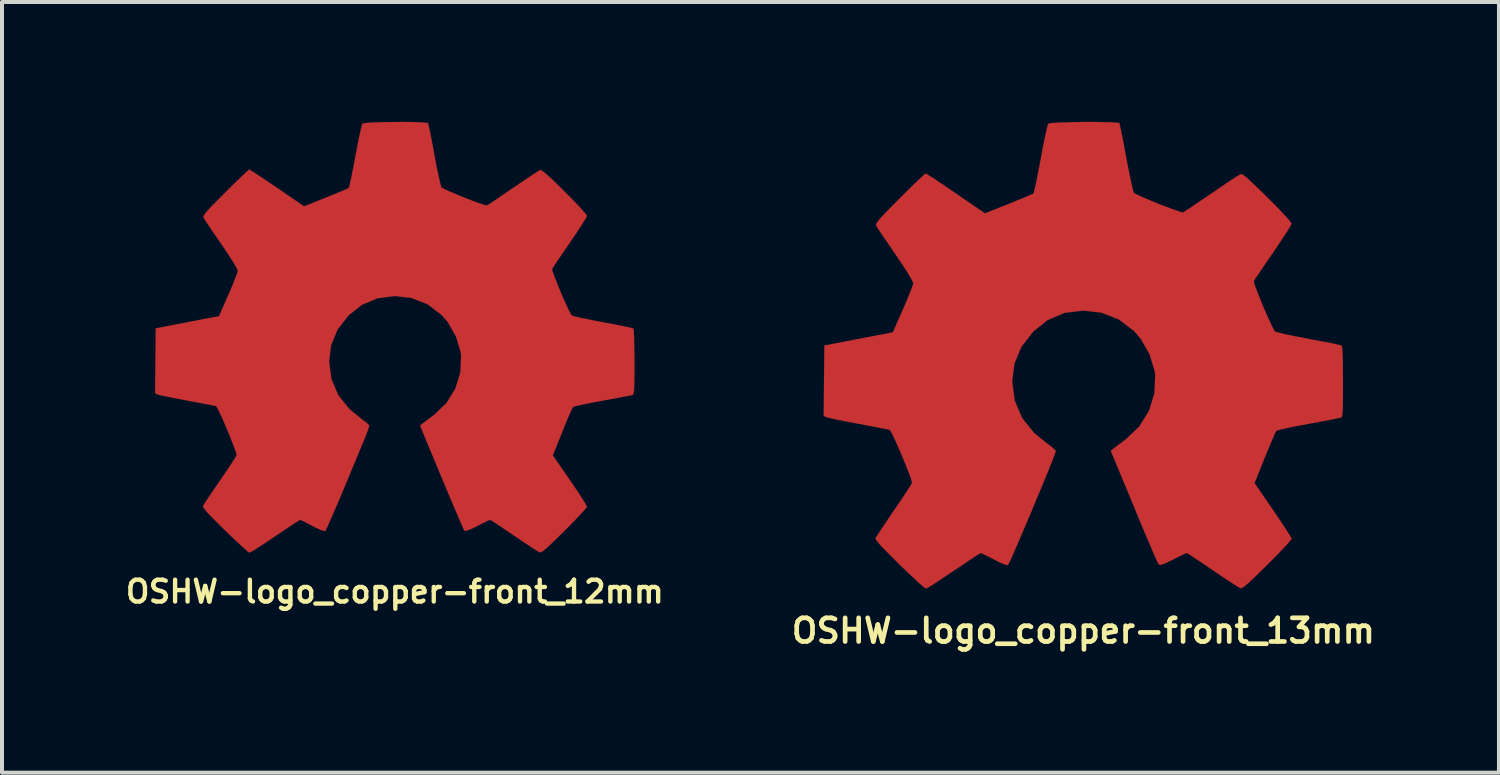
<source format=kicad_pcb>
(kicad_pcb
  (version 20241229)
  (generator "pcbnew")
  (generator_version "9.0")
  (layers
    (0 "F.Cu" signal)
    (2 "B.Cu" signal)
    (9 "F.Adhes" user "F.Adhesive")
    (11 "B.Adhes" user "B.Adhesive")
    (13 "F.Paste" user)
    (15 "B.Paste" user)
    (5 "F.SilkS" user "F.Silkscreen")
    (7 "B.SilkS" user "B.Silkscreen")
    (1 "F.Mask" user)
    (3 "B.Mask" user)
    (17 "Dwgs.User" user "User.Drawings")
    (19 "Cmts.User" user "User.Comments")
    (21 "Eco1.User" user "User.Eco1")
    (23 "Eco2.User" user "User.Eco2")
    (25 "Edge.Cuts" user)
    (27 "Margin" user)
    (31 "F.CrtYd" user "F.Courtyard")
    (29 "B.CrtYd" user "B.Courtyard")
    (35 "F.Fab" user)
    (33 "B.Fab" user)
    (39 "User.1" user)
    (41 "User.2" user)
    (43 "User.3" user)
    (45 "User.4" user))
  (footprint "OSHW-logo_copper-front_12mm"
    (layer "F.Cu")
    (at 6.831 5.394)
    (property "Reference" "OSHW-logo_copper-front_12mm" (at 0 6.363 0) (layer "F.SilkS") (effects (font (size 0.546 0.546) (thickness 0.109))))
    (attr through_hole)
    (fp_poly (pts (xy -3.637 5.39) (xy -3.574 5.357) (xy -3.434 5.268) (xy -3.233 5.138) (xy -2.997 4.978) (xy -2.758 4.818) (xy -2.563 4.686) (xy -2.426 4.6) (xy -2.37 4.567) (xy -2.339 4.577) (xy -2.225 4.633) (xy -2.062 4.719) (xy -1.966 4.768) (xy -1.816 4.834) (xy -1.742 4.846) (xy -1.73 4.826) (xy -1.674 4.709) (xy -1.587 4.514) (xy -1.473 4.252) (xy -1.344 3.95) (xy -1.206 3.619) (xy -1.067 3.284) (xy -0.935 2.967) (xy -0.815 2.68) (xy -0.721 2.446) (xy -0.66 2.283) (xy -0.638 2.212) (xy -0.645 2.197) (xy -0.719 2.126) (xy -0.851 2.027) (xy -1.135 1.796) (xy -1.415 1.445) (xy -1.585 1.049) (xy -1.643 0.607) (xy -1.595 0.198) (xy -1.433 -0.196) (xy -1.158 -0.549) (xy -0.826 -0.813) (xy -0.437 -0.978) (xy 0 -1.034) (xy 0.419 -0.986) (xy 0.82 -0.828) (xy 1.173 -0.559) (xy 1.323 -0.386) (xy 1.529 -0.028) (xy 1.646 0.358) (xy 1.659 0.455) (xy 1.641 0.876) (xy 1.516 1.28) (xy 1.295 1.641) (xy 0.986 1.938) (xy 0.947 1.966) (xy 0.803 2.073) (xy 0.709 2.146) (xy 0.632 2.207) (xy 1.168 3.5) (xy 1.255 3.706) (xy 1.402 4.056) (xy 1.532 4.361) (xy 1.636 4.605) (xy 1.707 4.765) (xy 1.737 4.831) (xy 1.742 4.834) (xy 1.788 4.841) (xy 1.887 4.806) (xy 2.068 4.719) (xy 2.187 4.658) (xy 2.324 4.592) (xy 2.385 4.567) (xy 2.438 4.595) (xy 2.57 4.681) (xy 2.761 4.811) (xy 2.992 4.966) (xy 3.213 5.116) (xy 3.416 5.25) (xy 3.564 5.344) (xy 3.635 5.382) (xy 3.645 5.382) (xy 3.708 5.347) (xy 3.825 5.25) (xy 4 5.083) (xy 4.249 4.839) (xy 4.288 4.801) (xy 4.493 4.592) (xy 4.658 4.417) (xy 4.77 4.293) (xy 4.811 4.237) (xy 4.773 4.166) (xy 4.681 4.018) (xy 4.547 3.815) (xy 4.384 3.574) (xy 3.955 2.954) (xy 4.191 2.367) (xy 4.262 2.187) (xy 4.354 1.968) (xy 4.422 1.814) (xy 4.458 1.745) (xy 4.521 1.722) (xy 4.681 1.684) (xy 4.915 1.636) (xy 5.192 1.585) (xy 5.456 1.537) (xy 5.695 1.491) (xy 5.867 1.458) (xy 5.946 1.443) (xy 5.964 1.43) (xy 5.979 1.392) (xy 5.989 1.311) (xy 5.994 1.166) (xy 5.999 0.937) (xy 5.999 0.607) (xy 5.999 0.572) (xy 5.994 0.257) (xy 5.989 0.005) (xy 5.982 -0.16) (xy 5.969 -0.226) (xy 5.895 -0.244) (xy 5.725 -0.279) (xy 5.486 -0.328) (xy 5.202 -0.381) (xy 5.184 -0.384) (xy 4.9 -0.439) (xy 4.663 -0.488) (xy 4.496 -0.526) (xy 4.427 -0.549) (xy 4.412 -0.569) (xy 4.354 -0.681) (xy 4.272 -0.856) (xy 4.178 -1.069) (xy 4.087 -1.293) (xy 4.006 -1.494) (xy 3.952 -1.643) (xy 3.937 -1.712) (xy 3.98 -1.781) (xy 4.077 -1.928) (xy 4.216 -2.131) (xy 4.381 -2.372) (xy 4.394 -2.393) (xy 4.557 -2.631) (xy 4.689 -2.835) (xy 4.778 -2.979) (xy 4.811 -3.043) (xy 4.811 -3.048) (xy 4.755 -3.119) (xy 4.633 -3.256) (xy 4.458 -3.439) (xy 4.249 -3.65) (xy 4.181 -3.716) (xy 3.95 -3.945) (xy 3.787 -4.092) (xy 3.686 -4.173) (xy 3.637 -4.191) (xy 3.635 -4.188) (xy 3.564 -4.145) (xy 3.411 -4.046) (xy 3.205 -3.907) (xy 2.962 -3.741) (xy 2.946 -3.731) (xy 2.705 -3.569) (xy 2.507 -3.432) (xy 2.365 -3.338) (xy 2.301 -3.302) (xy 2.291 -3.302) (xy 2.195 -3.33) (xy 2.024 -3.388) (xy 1.814 -3.47) (xy 1.593 -3.559) (xy 1.389 -3.645) (xy 1.24 -3.713) (xy 1.168 -3.754) (xy 1.166 -3.757) (xy 1.14 -3.843) (xy 1.1 -4.023) (xy 1.046 -4.27) (xy 0.993 -4.564) (xy 0.983 -4.61) (xy 0.93 -4.897) (xy 0.884 -5.133) (xy 0.848 -5.296) (xy 0.833 -5.364) (xy 0.792 -5.372) (xy 0.653 -5.382) (xy 0.439 -5.39) (xy 0.18 -5.392) (xy -0.091 -5.39) (xy -0.356 -5.385) (xy -0.582 -5.377) (xy -0.744 -5.364) (xy -0.813 -5.352) (xy -0.815 -5.347) (xy -0.838 -5.258) (xy -0.879 -5.08) (xy -0.93 -4.831) (xy -0.986 -4.536) (xy -0.996 -4.483) (xy -1.049 -4.199) (xy -1.097 -3.965) (xy -1.133 -3.805) (xy -1.151 -3.741) (xy -1.176 -3.729) (xy -1.293 -3.675) (xy -1.483 -3.597) (xy -1.722 -3.5) (xy -2.271 -3.279) (xy -2.944 -3.741) (xy -3.005 -3.782) (xy -3.249 -3.947) (xy -3.447 -4.079) (xy -3.586 -4.168) (xy -3.642 -4.201) (xy -3.647 -4.199) (xy -3.716 -4.14) (xy -3.848 -4.016) (xy -4.031 -3.838) (xy -4.242 -3.627) (xy -4.399 -3.47) (xy -4.585 -3.282) (xy -4.702 -3.155) (xy -4.768 -3.073) (xy -4.79 -3.023) (xy -4.783 -2.99) (xy -4.74 -2.921) (xy -4.641 -2.774) (xy -4.503 -2.568) (xy -4.338 -2.332) (xy -4.204 -2.131) (xy -4.056 -1.905) (xy -3.962 -1.745) (xy -3.929 -1.666) (xy -3.937 -1.633) (xy -3.985 -1.501) (xy -4.064 -1.3) (xy -4.166 -1.064) (xy -4.399 -0.531) (xy -4.75 -0.465) (xy -4.961 -0.424) (xy -5.258 -0.366) (xy -5.542 -0.312) (xy -5.984 -0.226) (xy -5.999 1.4) (xy -5.931 1.43) (xy -5.865 1.448) (xy -5.702 1.483) (xy -5.469 1.529) (xy -5.192 1.582) (xy -4.956 1.626) (xy -4.719 1.671) (xy -4.549 1.704) (xy -4.473 1.72) (xy -4.455 1.745) (xy -4.394 1.862) (xy -4.31 2.042) (xy -4.216 2.263) (xy -4.122 2.489) (xy -4.039 2.7) (xy -3.98 2.86) (xy -3.957 2.944) (xy -3.99 3.005) (xy -4.079 3.145) (xy -4.211 3.343) (xy -4.371 3.579) (xy -4.534 3.815) (xy -4.669 4.016) (xy -4.765 4.161) (xy -4.803 4.227) (xy -4.783 4.272) (xy -4.689 4.387) (xy -4.511 4.569) (xy -4.247 4.831) (xy -4.204 4.874) (xy -3.993 5.075) (xy -3.815 5.24) (xy -3.693 5.349) (xy -3.637 5.39)) (stroke (width 0.003) (type solid)) (fill yes) (layer "F.Cu")))
  (footprint "OSHW-logo_copper-front_13mm"
    (layer "F.Cu")
    (at 24.064 5.843)
    (property "Reference" "OSHW-logo_copper-front_13mm" (at 0 6.894 0) (layer "F.SilkS") (effects (font (size 0.592 0.592) (thickness 0.117))))
    (attr through_hole)
    (fp_poly (pts (xy -3.94 5.839) (xy -3.871 5.804) (xy -3.719 5.707) (xy -3.503 5.565) (xy -3.246 5.392) (xy -2.99 5.22) (xy -2.776 5.077) (xy -2.629 4.983) (xy -2.568 4.948) (xy -2.535 4.961) (xy -2.41 5.019) (xy -2.233 5.11) (xy -2.131 5.164) (xy -1.968 5.235) (xy -1.887 5.25) (xy -1.875 5.227) (xy -1.814 5.103) (xy -1.72 4.889) (xy -1.598 4.608) (xy -1.458 4.277) (xy -1.306 3.922) (xy -1.156 3.559) (xy -1.011 3.213) (xy -0.884 2.903) (xy -0.782 2.649) (xy -0.716 2.474) (xy -0.691 2.398) (xy -0.699 2.383) (xy -0.78 2.301) (xy -0.922 2.195) (xy -1.229 1.946) (xy -1.534 1.567) (xy -1.717 1.135) (xy -1.781 0.658) (xy -1.727 0.213) (xy -1.552 -0.213) (xy -1.255 -0.594) (xy -0.897 -0.881) (xy -0.475 -1.062) (xy 0 -1.12) (xy 0.452 -1.067) (xy 0.889 -0.897) (xy 1.273 -0.605) (xy 1.433 -0.417) (xy 1.656 -0.03) (xy 1.783 0.386) (xy 1.798 0.493) (xy 1.778 0.95) (xy 1.643 1.387) (xy 1.402 1.778) (xy 1.067 2.098) (xy 1.026 2.129) (xy 0.871 2.245) (xy 0.767 2.324) (xy 0.686 2.39) (xy 1.267 3.79) (xy 1.359 4.013) (xy 1.519 4.397) (xy 1.659 4.724) (xy 1.77 4.989) (xy 1.849 5.164) (xy 1.885 5.232) (xy 1.887 5.237) (xy 1.938 5.245) (xy 2.045 5.207) (xy 2.24 5.113) (xy 2.37 5.047) (xy 2.517 4.976) (xy 2.586 4.948) (xy 2.642 4.978) (xy 2.784 5.072) (xy 2.992 5.21) (xy 3.244 5.38) (xy 3.48 5.542) (xy 3.701 5.687) (xy 3.861 5.789) (xy 3.937 5.832) (xy 3.95 5.832) (xy 4.018 5.791) (xy 4.143 5.687) (xy 4.333 5.507) (xy 4.605 5.24) (xy 4.646 5.199) (xy 4.867 4.976) (xy 5.047 4.785) (xy 5.169 4.651) (xy 5.212 4.59) (xy 5.171 4.514) (xy 5.07 4.354) (xy 4.925 4.133) (xy 4.747 3.871) (xy 4.285 3.198) (xy 4.539 2.563) (xy 4.618 2.37) (xy 4.717 2.134) (xy 4.79 1.963) (xy 4.829 1.892) (xy 4.897 1.867) (xy 5.072 1.826) (xy 5.324 1.773) (xy 5.624 1.717) (xy 5.911 1.664) (xy 6.17 1.615) (xy 6.358 1.577) (xy 6.441 1.562) (xy 6.462 1.549) (xy 6.477 1.509) (xy 6.487 1.422) (xy 6.495 1.265) (xy 6.497 1.016) (xy 6.497 0.658) (xy 6.497 0.62) (xy 6.495 0.277) (xy 6.49 0.005) (xy 6.48 -0.173) (xy 6.467 -0.244) (xy 6.467 -0.246) (xy 6.386 -0.264) (xy 6.203 -0.305) (xy 5.946 -0.353) (xy 5.636 -0.411) (xy 5.618 -0.417) (xy 5.309 -0.475) (xy 5.052 -0.528) (xy 4.872 -0.572) (xy 4.796 -0.594) (xy 4.78 -0.617) (xy 4.717 -0.737) (xy 4.63 -0.927) (xy 4.526 -1.161) (xy 4.427 -1.402) (xy 4.341 -1.618) (xy 4.282 -1.781) (xy 4.265 -1.854) (xy 4.265 -1.857) (xy 4.31 -1.93) (xy 4.417 -2.088) (xy 4.567 -2.309) (xy 4.747 -2.57) (xy 4.76 -2.591) (xy 4.935 -2.852) (xy 5.08 -3.071) (xy 5.177 -3.228) (xy 5.212 -3.297) (xy 5.21 -3.302) (xy 5.151 -3.381) (xy 5.019 -3.528) (xy 4.831 -3.726) (xy 4.602 -3.955) (xy 4.531 -4.026) (xy 4.277 -4.272) (xy 4.102 -4.435) (xy 3.993 -4.521) (xy 3.94 -4.539) (xy 3.861 -4.491) (xy 3.696 -4.384) (xy 3.472 -4.234) (xy 3.211 -4.054) (xy 3.19 -4.041) (xy 2.931 -3.866) (xy 2.715 -3.719) (xy 2.56 -3.617) (xy 2.494 -3.576) (xy 2.482 -3.576) (xy 2.377 -3.607) (xy 2.192 -3.673) (xy 1.963 -3.759) (xy 1.725 -3.856) (xy 1.506 -3.947) (xy 1.341 -4.023) (xy 1.265 -4.067) (xy 1.262 -4.072) (xy 1.234 -4.163) (xy 1.191 -4.359) (xy 1.135 -4.625) (xy 1.074 -4.945) (xy 1.064 -4.996) (xy 1.006 -5.306) (xy 0.958 -5.56) (xy 0.919 -5.738) (xy 0.902 -5.812) (xy 0.859 -5.822) (xy 0.706 -5.832) (xy 0.475 -5.837) (xy 0.196 -5.842) (xy -0.099 -5.839) (xy -0.386 -5.832) (xy -0.632 -5.824) (xy -0.808 -5.812) (xy -0.879 -5.796) (xy -0.884 -5.794) (xy -0.909 -5.697) (xy -0.953 -5.502) (xy -1.008 -5.232) (xy -1.067 -4.915) (xy -1.079 -4.859) (xy -1.138 -4.549) (xy -1.189 -4.295) (xy -1.227 -4.122) (xy -1.247 -4.054) (xy -1.273 -4.039) (xy -1.402 -3.983) (xy -1.608 -3.896) (xy -1.864 -3.792) (xy -2.461 -3.553) (xy -3.19 -4.051) (xy -3.256 -4.097) (xy -3.518 -4.275) (xy -3.734 -4.42) (xy -3.886 -4.516) (xy -3.947 -4.552) (xy -3.952 -4.549) (xy -4.023 -4.486) (xy -4.168 -4.351) (xy -4.366 -4.158) (xy -4.597 -3.929) (xy -4.765 -3.759) (xy -4.966 -3.553) (xy -5.095 -3.416) (xy -5.164 -3.327) (xy -5.189 -3.274) (xy -5.182 -3.239) (xy -5.136 -3.165) (xy -5.029 -3.005) (xy -4.877 -2.784) (xy -4.702 -2.525) (xy -4.554 -2.309) (xy -4.397 -2.065) (xy -4.293 -1.89) (xy -4.257 -1.803) (xy -4.267 -1.768) (xy -4.315 -1.626) (xy -4.404 -1.41) (xy -4.514 -1.153) (xy -4.768 -0.577) (xy -5.146 -0.503) (xy -5.375 -0.46) (xy -5.695 -0.399) (xy -6.005 -0.338) (xy -6.482 -0.246) (xy -6.5 1.516) (xy -6.426 1.549) (xy -6.355 1.567) (xy -6.177 1.608) (xy -5.923 1.659) (xy -5.624 1.714) (xy -5.37 1.763) (xy -5.113 1.811) (xy -4.928 1.847) (xy -4.846 1.864) (xy -4.826 1.892) (xy -4.76 2.017) (xy -4.671 2.212) (xy -4.567 2.451) (xy -4.465 2.697) (xy -4.374 2.924) (xy -4.31 3.099) (xy -4.288 3.188) (xy -4.323 3.256) (xy -4.42 3.406) (xy -4.562 3.622) (xy -4.737 3.876) (xy -4.91 4.133) (xy -5.057 4.351) (xy -5.161 4.508) (xy -5.204 4.58) (xy -5.182 4.628) (xy -5.08 4.752) (xy -4.887 4.95) (xy -4.602 5.235) (xy -4.554 5.281) (xy -4.326 5.499) (xy -4.135 5.677) (xy -4 5.796) (xy -3.94 5.839)) (stroke (width 0.003) (type solid)) (fill yes) (layer "F.Cu")))
  (gr_rect
    (start -3 -3)
    (end 34.465 16.288)
    (stroke (width 0.1) (type default))
    (fill no)
    (layer "Edge.Cuts")))
</source>
